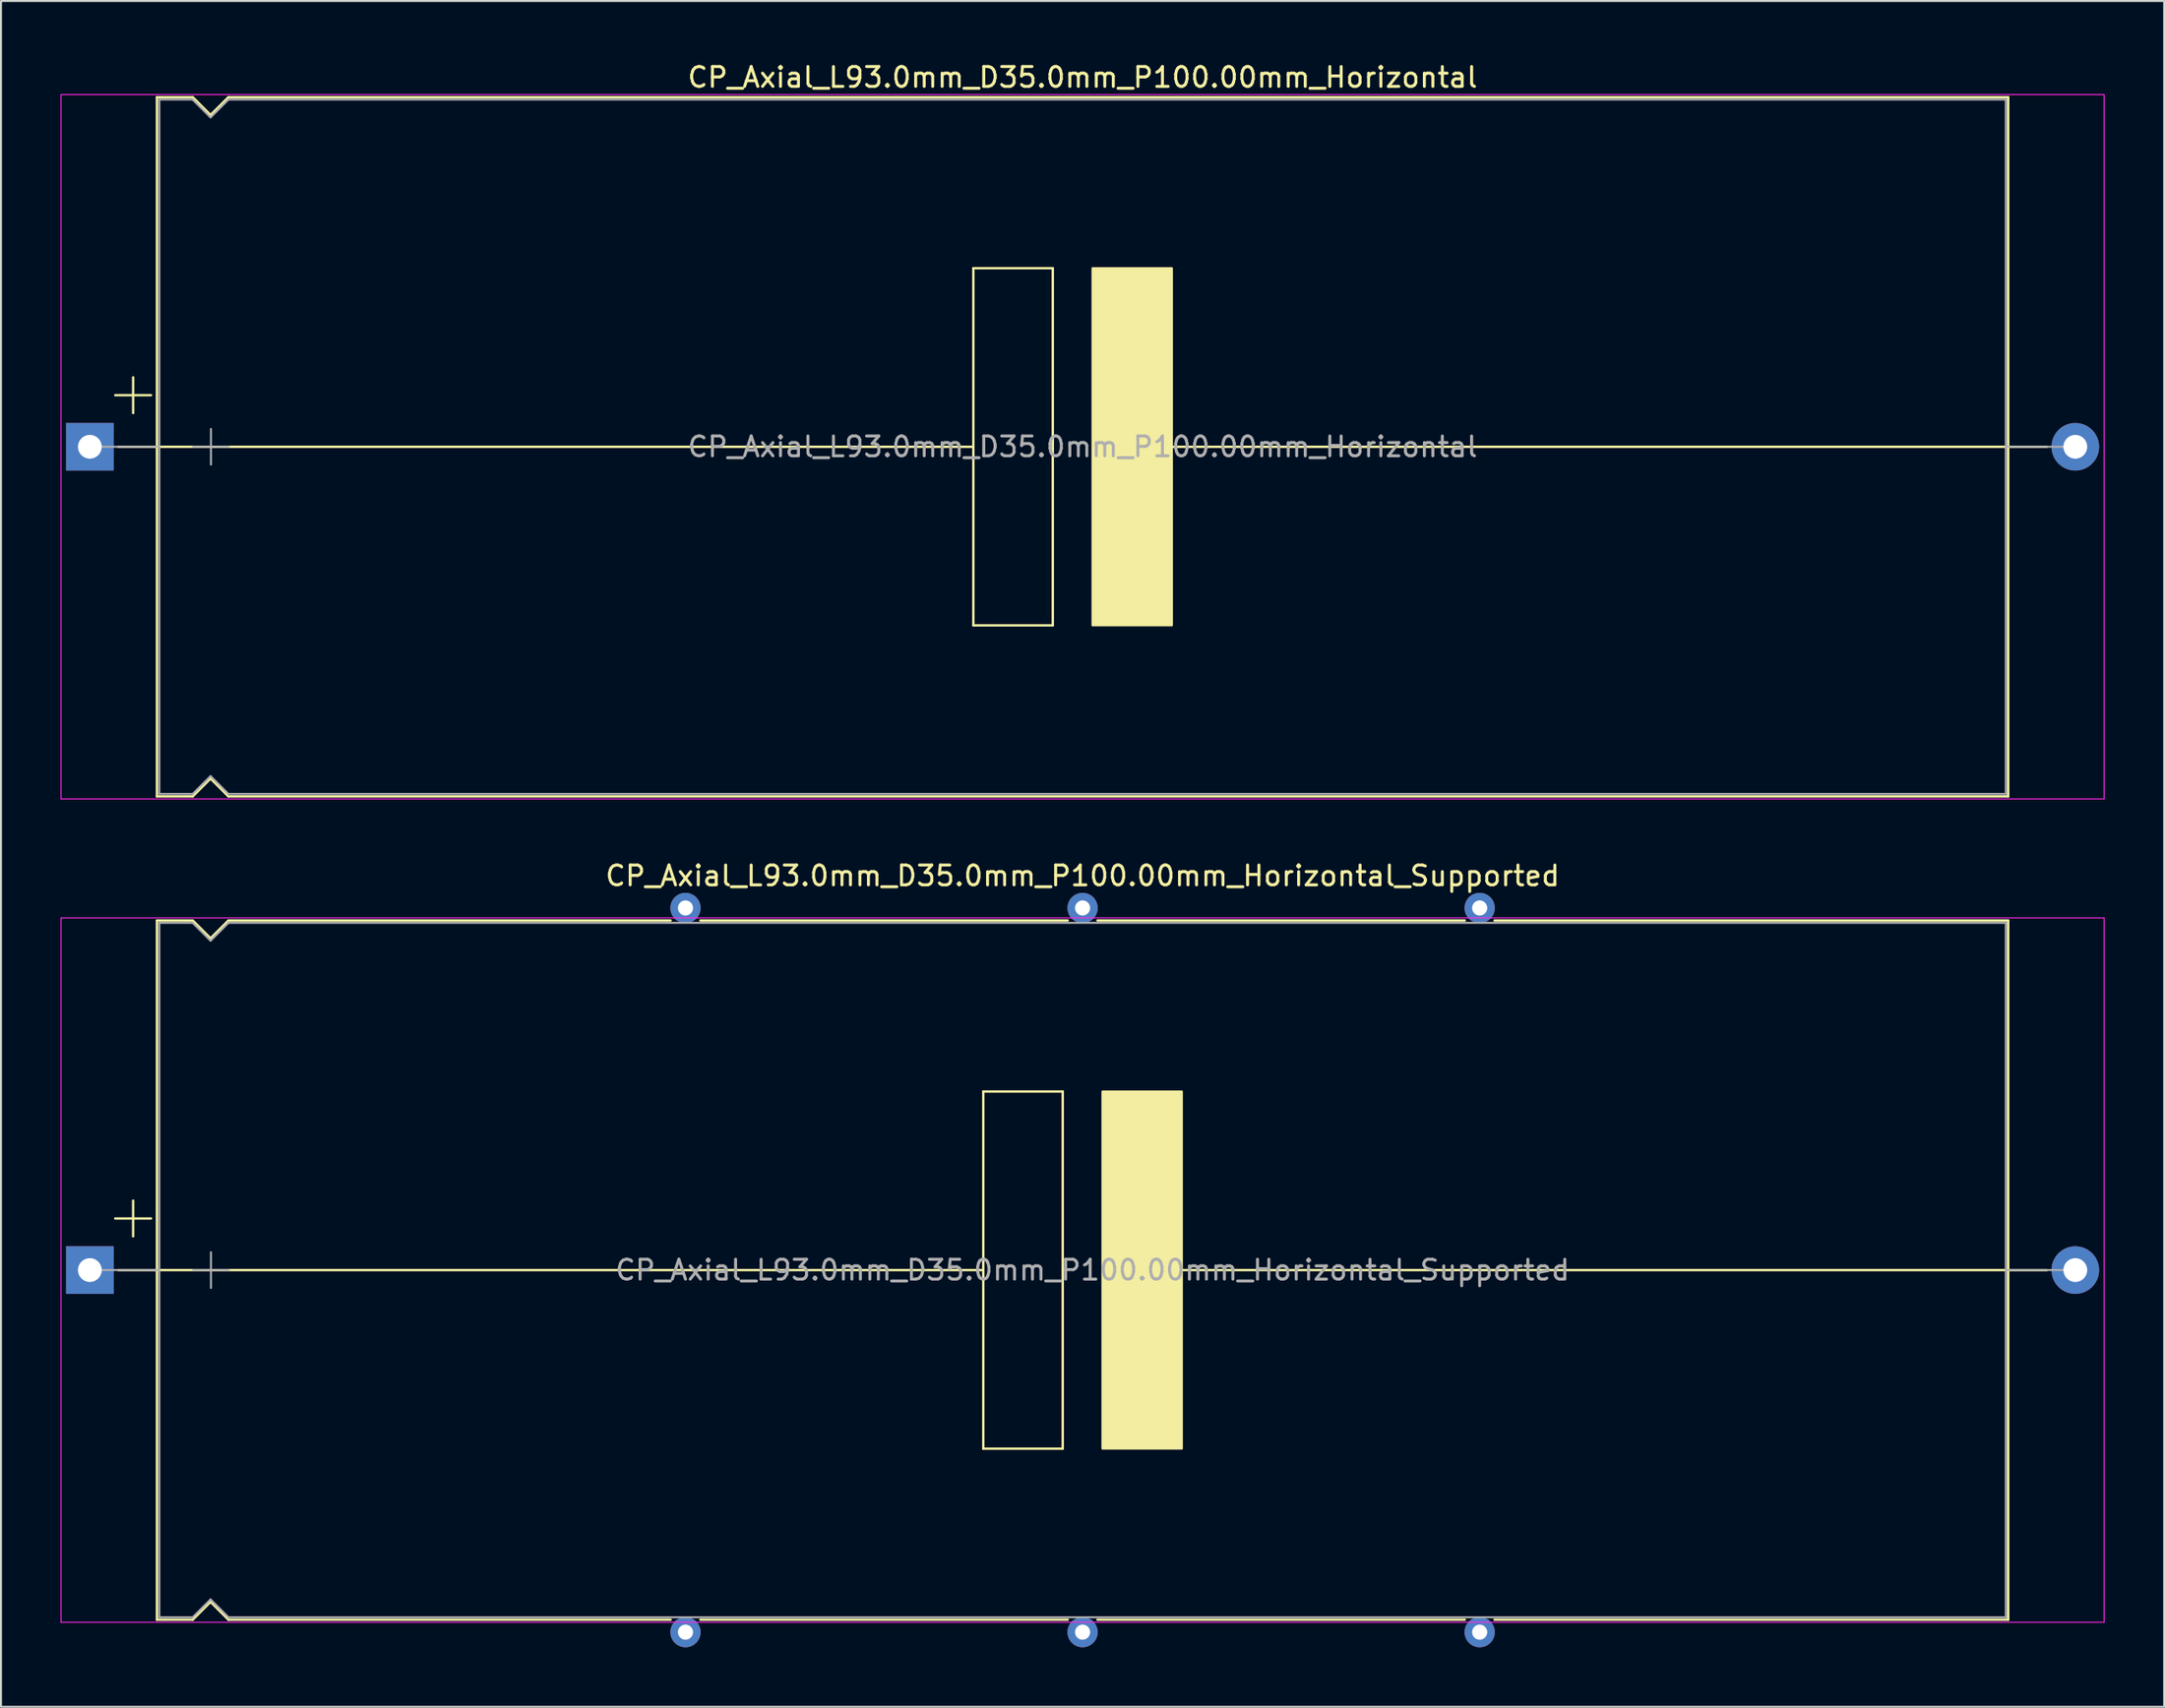
<source format=kicad_pcb>
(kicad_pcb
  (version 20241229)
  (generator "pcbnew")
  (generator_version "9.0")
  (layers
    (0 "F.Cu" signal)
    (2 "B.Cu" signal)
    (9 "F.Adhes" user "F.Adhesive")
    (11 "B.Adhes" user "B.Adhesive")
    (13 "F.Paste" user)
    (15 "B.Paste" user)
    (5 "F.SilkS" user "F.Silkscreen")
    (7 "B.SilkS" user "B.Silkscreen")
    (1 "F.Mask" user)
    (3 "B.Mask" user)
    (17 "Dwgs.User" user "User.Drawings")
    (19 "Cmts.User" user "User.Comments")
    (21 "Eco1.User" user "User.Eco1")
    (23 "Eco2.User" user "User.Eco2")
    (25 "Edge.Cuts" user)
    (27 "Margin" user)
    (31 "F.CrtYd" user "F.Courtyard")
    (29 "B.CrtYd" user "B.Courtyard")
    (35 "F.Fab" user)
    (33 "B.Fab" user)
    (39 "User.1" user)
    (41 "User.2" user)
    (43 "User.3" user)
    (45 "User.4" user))
  (footprint "CP_Axial_L93.0mm_D35.0mm_P100.00mm_Horizontal_Supported"
    (layer "F.Cu")
    (at 1.475 60.962)
    (property "Reference" "CP_Axial_L93.0mm_D35.0mm_P100.00mm_Horizontal_Supported" (at 50 -19.87 0) (layer "F.SilkS") (effects (font (size 1 1) (thickness 0.15))))
    (attr through_hole)
    (fp_line (start 1.28 -2.6) (end 3.08 -2.6) (stroke (width 0.12) (type solid)) (layer "F.SilkS"))
    (fp_line (start 1.44 0) (end 3.38 0) (stroke (width 0.12) (type solid)) (layer "F.SilkS"))
    (fp_line (start 2.18 -3.5) (end 2.18 -1.7) (stroke (width 0.12) (type solid)) (layer "F.SilkS"))
    (fp_line (start 3.365 0) (end 45 0) (stroke (width 0.12) (type solid)) (layer "F.SilkS"))
    (fp_line (start 3.38 -17.62) (end 3.38 17.62) (stroke (width 0.12) (type solid)) (layer "F.SilkS"))
    (fp_line (start 3.38 -17.62) (end 5.18 -17.62) (stroke (width 0.12) (type solid)) (layer "F.SilkS"))
    (fp_line (start 3.38 17.62) (end 5.18 17.62) (stroke (width 0.12) (type solid)) (layer "F.SilkS"))
    (fp_line (start 5.18 -17.62) (end 6.08 -16.72) (stroke (width 0.12) (type solid)) (layer "F.SilkS"))
    (fp_line (start 5.18 17.62) (end 6.08 16.72) (stroke (width 0.12) (type solid)) (layer "F.SilkS"))
    (fp_line (start 6.08 -16.72) (end 6.98 -17.62) (stroke (width 0.12) (type solid)) (layer "F.SilkS"))
    (fp_line (start 6.08 16.72) (end 6.98 17.62) (stroke (width 0.12) (type solid)) (layer "F.SilkS"))
    (fp_line (start 6.98 -17.62) (end 29.25 -17.62) (stroke (width 0.12) (type solid)) (layer "F.SilkS"))
    (fp_line (start 6.98 17.62) (end 29.25 17.62) (stroke (width 0.12) (type solid)) (layer "F.SilkS"))
    (fp_line (start 30.75 -17.62) (end 49.25 -17.62) (stroke (width 0.12) (type solid)) (layer "F.SilkS"))
    (fp_line (start 30.75 17.62) (end 49.25 17.62) (stroke (width 0.12) (type solid)) (layer "F.SilkS"))
    (fp_line (start 45 -9) (end 49 -9) (stroke (width 0.12) (type solid)) (layer "F.SilkS"))
    (fp_line (start 45 9) (end 45 -9) (stroke (width 0.12) (type solid)) (layer "F.SilkS"))
    (fp_line (start 49 -9) (end 49 9) (stroke (width 0.12) (type solid)) (layer "F.SilkS"))
    (fp_line (start 49 9) (end 45 9) (stroke (width 0.12) (type solid)) (layer "F.SilkS"))
    (fp_line (start 50.75 -17.62) (end 69.25 -17.62) (stroke (width 0.12) (type solid)) (layer "F.SilkS"))
    (fp_line (start 50.75 17.62) (end 69.25 17.62) (stroke (width 0.12) (type solid)) (layer "F.SilkS"))
    (fp_line (start 54.5 0) (end 96.62 0) (stroke (width 0.12) (type solid)) (layer "F.SilkS"))
    (fp_line (start 70.75 -17.62) (end 96.62 -17.62) (stroke (width 0.12) (type solid)) (layer "F.SilkS"))
    (fp_line (start 70.75 17.62) (end 96.62 17.62) (stroke (width 0.12) (type solid)) (layer "F.SilkS"))
    (fp_line (start 96.62 -17.62) (end 96.62 17.62) (stroke (width 0.12) (type solid)) (layer "F.SilkS"))
    (fp_line (start 98.56 0) (end 96.62 0) (stroke (width 0.12) (type solid)) (layer "F.SilkS"))
    (fp_poly (pts (xy 55 9) (xy 51 9) (xy 51 -9) (xy 55 -9)) (stroke (width 0.1) (type solid)) (fill yes) (layer "F.SilkS"))
    (fp_line (start -1.45 -17.75) (end -1.45 17.75) (stroke (width 0.05) (type solid)) (layer "F.CrtYd"))
    (fp_line (start -1.45 17.75) (end 101.45 17.75) (stroke (width 0.05) (type solid)) (layer "F.CrtYd"))
    (fp_line (start 101.45 -17.75) (end -1.45 -17.75) (stroke (width 0.05) (type solid)) (layer "F.CrtYd"))
    (fp_line (start 101.45 17.75) (end 101.45 -17.75) (stroke (width 0.05) (type solid)) (layer "F.CrtYd"))
    (fp_line (start 0 0) (end 3.5 0) (stroke (width 0.1) (type solid)) (layer "F.Fab"))
    (fp_line (start 3.5 -17.5) (end 3.5 17.5) (stroke (width 0.1) (type solid)) (layer "F.Fab"))
    (fp_line (start 3.5 -17.5) (end 5.18 -17.5) (stroke (width 0.1) (type solid)) (layer "F.Fab"))
    (fp_line (start 3.5 17.5) (end 5.18 17.5) (stroke (width 0.1) (type solid)) (layer "F.Fab"))
    (fp_line (start 5.18 -17.5) (end 6.08 -16.6) (stroke (width 0.1) (type solid)) (layer "F.Fab"))
    (fp_line (start 5.18 17.5) (end 6.08 16.6) (stroke (width 0.1) (type solid)) (layer "F.Fab"))
    (fp_line (start 5.2 0) (end 7 0) (stroke (width 0.1) (type solid)) (layer "F.Fab"))
    (fp_line (start 6.08 -16.6) (end 6.98 -17.5) (stroke (width 0.1) (type solid)) (layer "F.Fab"))
    (fp_line (start 6.08 16.6) (end 6.98 17.5) (stroke (width 0.1) (type solid)) (layer "F.Fab"))
    (fp_line (start 6.1 -0.9) (end 6.1 0.9) (stroke (width 0.1) (type solid)) (layer "F.Fab"))
    (fp_line (start 6.98 -17.5) (end 96.5 -17.5) (stroke (width 0.1) (type solid)) (layer "F.Fab"))
    (fp_line (start 6.98 17.5) (end 96.5 17.5) (stroke (width 0.1) (type solid)) (layer "F.Fab"))
    (fp_line (start 96.5 -17.5) (end 96.5 17.5) (stroke (width 0.1) (type solid)) (layer "F.Fab"))
    (fp_line (start 100 0) (end 96.5 0) (stroke (width 0.1) (type solid)) (layer "F.Fab"))
    (fp_text user "${REFERENCE}" (at 50.5 0 0) (layer "F.Fab") (effects (font (size 1 1) (thickness 0.15))))
    (pad "" thru_hole circle (at 30 -18.25) (size 1.524 1.524) (drill 0.762) (layers "*.Cu" "*.Mask"))
    (pad "" thru_hole circle (at 30 18.25) (size 1.524 1.524) (drill 0.762) (layers "*.Cu" "*.Mask"))
    (pad "" thru_hole circle (at 50 -18.25) (size 1.524 1.524) (drill 0.762) (layers "*.Cu" "*.Mask"))
    (pad "" thru_hole circle (at 50 18.25) (size 1.524 1.524) (drill 0.762) (layers "*.Cu" "*.Mask"))
    (pad "" thru_hole circle (at 70 -18.25) (size 1.524 1.524) (drill 0.762) (layers "*.Cu" "*.Mask"))
    (pad "" thru_hole circle (at 70 18.25) (size 1.524 1.524) (drill 0.762) (layers "*.Cu" "*.Mask"))
    (pad "1" thru_hole rect (at 0 0) (size 2.4 2.4) (drill 1.2) (layers "*.Cu" "*.Mask"))
    (pad "2" thru_hole oval (at 100 0) (size 2.4 2.4) (drill 1.2) (layers "*.Cu" "*.Mask")))
  (footprint "CP_Axial_L93.0mm_D35.0mm_P100.00mm_Horizontal"
    (layer "F.Cu")
    (at 1.475 19.468)
    (property "Reference" "CP_Axial_L93.0mm_D35.0mm_P100.00mm_Horizontal" (at 50 -18.62 0) (layer "F.SilkS") (effects (font (size 1 1) (thickness 0.15))))
    (attr through_hole)
    (fp_line (start 1.28 -2.6) (end 3.08 -2.6) (stroke (width 0.12) (type solid)) (layer "F.SilkS"))
    (fp_line (start 1.44 0) (end 3.38 0) (stroke (width 0.12) (type solid)) (layer "F.SilkS"))
    (fp_line (start 2.18 -3.5) (end 2.18 -1.7) (stroke (width 0.12) (type solid)) (layer "F.SilkS"))
    (fp_line (start 3.38 -17.62) (end 3.38 17.62) (stroke (width 0.12) (type solid)) (layer "F.SilkS"))
    (fp_line (start 3.38 -17.62) (end 5.18 -17.62) (stroke (width 0.12) (type solid)) (layer "F.SilkS"))
    (fp_line (start 3.38 0) (end 44.5 0) (stroke (width 0.12) (type solid)) (layer "F.SilkS"))
    (fp_line (start 3.38 17.62) (end 5.18 17.62) (stroke (width 0.12) (type solid)) (layer "F.SilkS"))
    (fp_line (start 5.18 -17.62) (end 6.08 -16.72) (stroke (width 0.12) (type solid)) (layer "F.SilkS"))
    (fp_line (start 5.18 17.62) (end 6.08 16.72) (stroke (width 0.12) (type solid)) (layer "F.SilkS"))
    (fp_line (start 6.08 -16.72) (end 6.98 -17.62) (stroke (width 0.12) (type solid)) (layer "F.SilkS"))
    (fp_line (start 6.08 16.72) (end 6.98 17.62) (stroke (width 0.12) (type solid)) (layer "F.SilkS"))
    (fp_line (start 6.98 -17.62) (end 96.62 -17.62) (stroke (width 0.12) (type solid)) (layer "F.SilkS"))
    (fp_line (start 6.98 17.62) (end 96.62 17.62) (stroke (width 0.12) (type solid)) (layer "F.SilkS"))
    (fp_line (start 44.5 -9) (end 48.5 -9) (stroke (width 0.12) (type solid)) (layer "F.SilkS"))
    (fp_line (start 44.5 9) (end 44.5 -9) (stroke (width 0.12) (type solid)) (layer "F.SilkS"))
    (fp_line (start 48.5 -9) (end 48.5 9) (stroke (width 0.12) (type solid)) (layer "F.SilkS"))
    (fp_line (start 48.5 9) (end 44.5 9) (stroke (width 0.12) (type solid)) (layer "F.SilkS"))
    (fp_line (start 54.5 0) (end 96.62 0) (stroke (width 0.12) (type solid)) (layer "F.SilkS"))
    (fp_line (start 96.62 -17.62) (end 96.62 17.62) (stroke (width 0.12) (type solid)) (layer "F.SilkS"))
    (fp_line (start 98.56 0) (end 96.62 0) (stroke (width 0.12) (type solid)) (layer "F.SilkS"))
    (fp_poly (pts (xy 54.5 9) (xy 50.5 9) (xy 50.5 -9) (xy 54.5 -9)) (stroke (width 0.1) (type solid)) (fill yes) (layer "F.SilkS"))
    (fp_line (start -1.45 -17.75) (end -1.45 17.75) (stroke (width 0.05) (type solid)) (layer "F.CrtYd"))
    (fp_line (start -1.45 17.75) (end 101.45 17.75) (stroke (width 0.05) (type solid)) (layer "F.CrtYd"))
    (fp_line (start 101.45 -17.75) (end -1.45 -17.75) (stroke (width 0.05) (type solid)) (layer "F.CrtYd"))
    (fp_line (start 101.45 17.75) (end 101.45 -17.75) (stroke (width 0.05) (type solid)) (layer "F.CrtYd"))
    (fp_line (start 0 0) (end 3.5 0) (stroke (width 0.1) (type solid)) (layer "F.Fab"))
    (fp_line (start 3.5 -17.5) (end 3.5 17.5) (stroke (width 0.1) (type solid)) (layer "F.Fab"))
    (fp_line (start 3.5 -17.5) (end 5.18 -17.5) (stroke (width 0.1) (type solid)) (layer "F.Fab"))
    (fp_line (start 3.5 17.5) (end 5.18 17.5) (stroke (width 0.1) (type solid)) (layer "F.Fab"))
    (fp_line (start 5.18 -17.5) (end 6.08 -16.6) (stroke (width 0.1) (type solid)) (layer "F.Fab"))
    (fp_line (start 5.18 17.5) (end 6.08 16.6) (stroke (width 0.1) (type solid)) (layer "F.Fab"))
    (fp_line (start 5.2 0) (end 7 0) (stroke (width 0.1) (type solid)) (layer "F.Fab"))
    (fp_line (start 6.08 -16.6) (end 6.98 -17.5) (stroke (width 0.1) (type solid)) (layer "F.Fab"))
    (fp_line (start 6.08 16.6) (end 6.98 17.5) (stroke (width 0.1) (type solid)) (layer "F.Fab"))
    (fp_line (start 6.1 -0.9) (end 6.1 0.9) (stroke (width 0.1) (type solid)) (layer "F.Fab"))
    (fp_line (start 6.98 -17.5) (end 96.5 -17.5) (stroke (width 0.1) (type solid)) (layer "F.Fab"))
    (fp_line (start 6.98 17.5) (end 96.5 17.5) (stroke (width 0.1) (type solid)) (layer "F.Fab"))
    (fp_line (start 96.5 -17.5) (end 96.5 17.5) (stroke (width 0.1) (type solid)) (layer "F.Fab"))
    (fp_line (start 100 0) (end 96.5 0) (stroke (width 0.1) (type solid)) (layer "F.Fab"))
    (fp_text user "${REFERENCE}" (at 50 0 0) (layer "F.Fab") (effects (font (size 1 1) (thickness 0.15))))
    (pad "1" thru_hole rect (at 0 0) (size 2.4 2.4) (drill 1.2) (layers "*.Cu" "*.Mask"))
    (pad "2" thru_hole oval (at 100 0) (size 2.4 2.4) (drill 1.2) (layers "*.Cu" "*.Mask")))
  (gr_rect
    (start -3 -3)
    (end 105.95 82.974)
    (stroke (width 0.1) (type default))
    (fill no)
    (layer "Edge.Cuts")))
</source>
